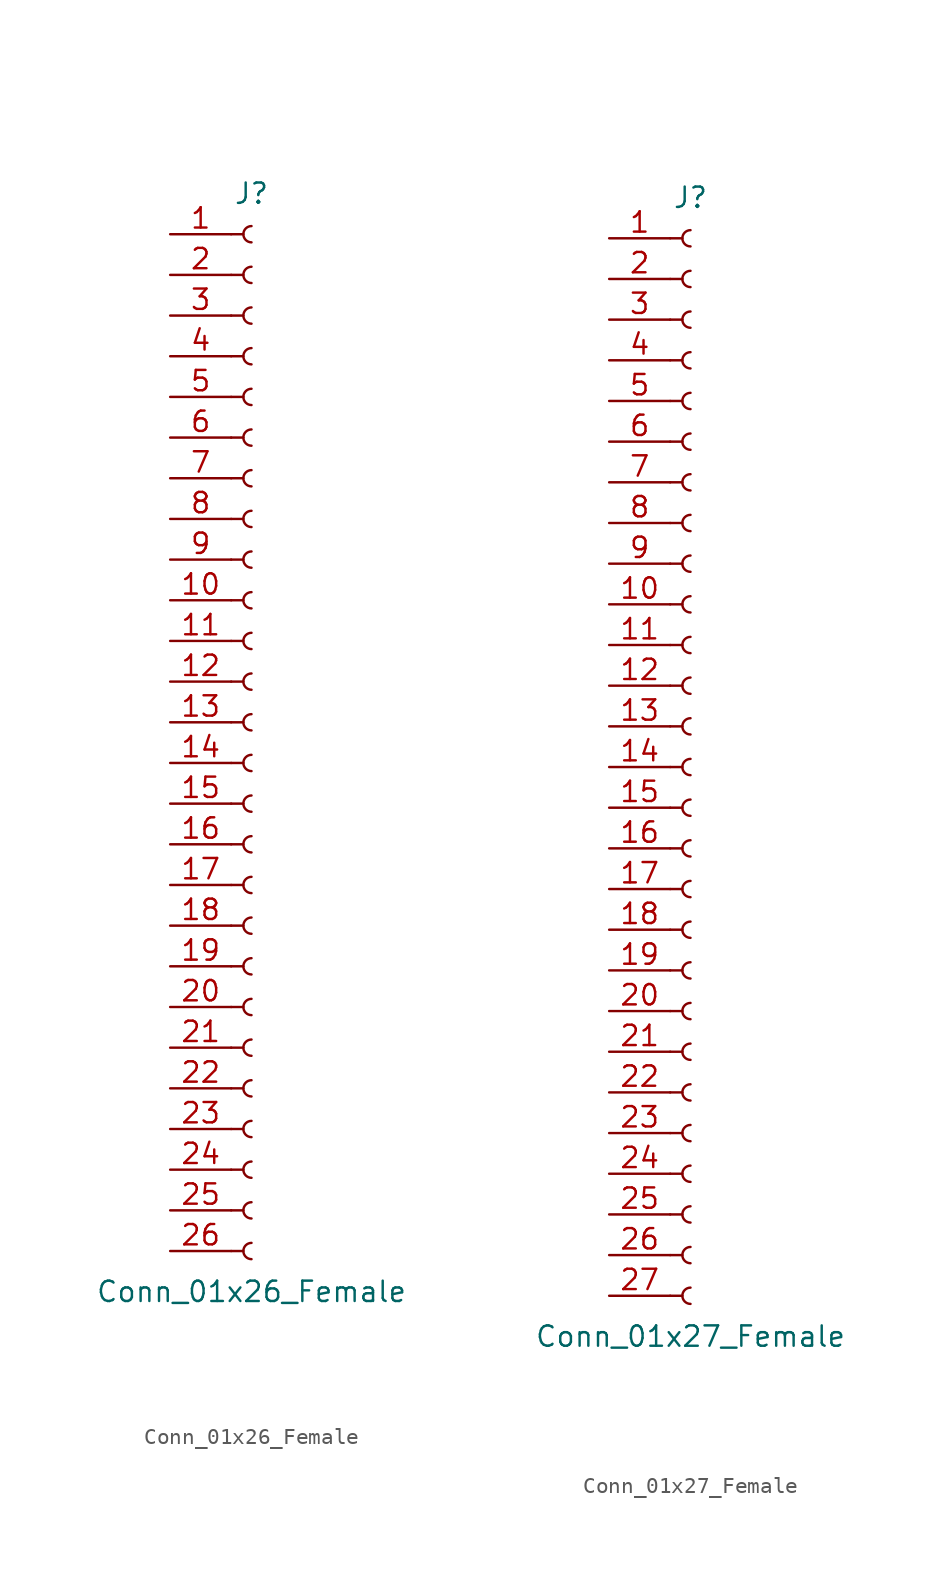
<source format=kicad_sym>
(kicad_symbol_lib
  (version 20201005)
  (generator kicad_symbol_editor)
  (symbol "Connector:Conn_01x26_Female"
    (pin_names
      (offset 1.016) hide)
    (property "Reference" "J"
      (at 0 33.02 0)
      (effects (font (size 1.27 1.27))))
    (property "Value" "Conn_01x26_Female"
      (at 0 -35.56 0)
      (effects (font (size 1.27 1.27))))
    (symbol "Conn_01x26_Female_1_1"
      (arc (start 0 -32.512) (end 0 -33.528) (radius (at 0 -33.02) (length 0.508) (angles 90.1 -90.1)) (stroke (width 0.1524)) (fill (type none)))
      (arc (start 0 -29.972) (end 0 -30.988) (radius (at 0 -30.48) (length 0.508) (angles 90.1 -90.1)) (stroke (width 0.1524)) (fill (type none)))
      (arc (start 0 -27.432) (end 0 -28.448) (radius (at 0 -27.94) (length 0.508) (angles 90.1 -90.1)) (stroke (width 0.1524)) (fill (type none)))
      (arc (start 0 -24.892) (end 0 -25.908) (radius (at 0 -25.4) (length 0.508) (angles 90.1 -90.1)) (stroke (width 0.1524)) (fill (type none)))
      (arc (start 0 -22.352) (end 0 -23.368) (radius (at 0 -22.86) (length 0.508) (angles 90.1 -90.1)) (stroke (width 0.1524)) (fill (type none)))
      (arc (start 0 -19.812) (end 0 -20.828) (radius (at 0 -20.32) (length 0.508) (angles 90.1 -90.1)) (stroke (width 0.1524)) (fill (type none)))
      (arc (start 0 -17.272) (end 0 -18.288) (radius (at 0 -17.78) (length 0.508) (angles 90.1 -90.1)) (stroke (width 0.1524)) (fill (type none)))
      (arc (start 0 -14.732) (end 0 -15.748) (radius (at 0 -15.24) (length 0.508) (angles 90.1 -90.1)) (stroke (width 0.1524)) (fill (type none)))
      (arc (start 0 -12.192) (end 0 -13.208) (radius (at 0 -12.7) (length 0.508) (angles 90.1 -90.1)) (stroke (width 0.1524)) (fill (type none)))
      (arc (start 0 -9.652) (end 0 -10.668) (radius (at 0 -10.16) (length 0.508) (angles 90.1 -90.1)) (stroke (width 0.1524)) (fill (type none)))
      (arc (start 0 -7.112) (end 0 -8.128) (radius (at 0 -7.62) (length 0.508) (angles 90.1 -90.1)) (stroke (width 0.1524)) (fill (type none)))
      (arc (start 0 -4.572) (end 0 -5.588) (radius (at 0 -5.08) (length 0.508) (angles 90.1 -90.1)) (stroke (width 0.1524)) (fill (type none)))
      (arc (start 0 -2.032) (end 0 -3.048) (radius (at 0 -2.54) (length 0.508) (angles 90.1 -90.1)) (stroke (width 0.1524)) (fill (type none)))
      (arc (start 0 0.508) (end 0 -0.508) (radius (at 0 0) (length 0.508) (angles 90.1 -90.1)) (stroke (width 0.1524)) (fill (type none)))
      (arc (start 0 3.048) (end 0 2.032) (radius (at 0 2.54) (length 0.508) (angles 90.1 -90.1)) (stroke (width 0.1524)) (fill (type none)))
      (arc (start 0 5.588) (end 0 4.572) (radius (at 0 5.08) (length 0.508) (angles 90.1 -90.1)) (stroke (width 0.1524)) (fill (type none)))
      (arc (start 0 8.128) (end 0 7.112) (radius (at 0 7.62) (length 0.508) (angles 90.1 -90.1)) (stroke (width 0.1524)) (fill (type none)))
      (arc (start 0 10.668) (end 0 9.652) (radius (at 0 10.16) (length 0.508) (angles 90.1 -90.1)) (stroke (width 0.1524)) (fill (type none)))
      (arc (start 0 13.208) (end 0 12.192) (radius (at 0 12.7) (length 0.508) (angles 90.1 -90.1)) (stroke (width 0.1524)) (fill (type none)))
      (arc (start 0 15.748) (end 0 14.732) (radius (at 0 15.24) (length 0.508) (angles 90.1 -90.1)) (stroke (width 0.1524)) (fill (type none)))
      (arc (start 0 18.288) (end 0 17.272) (radius (at 0 17.78) (length 0.508) (angles 90.1 -90.1)) (stroke (width 0.1524)) (fill (type none)))
      (arc (start 0 20.828) (end 0 19.812) (radius (at 0 20.32) (length 0.508) (angles 90.1 -90.1)) (stroke (width 0.1524)) (fill (type none)))
      (arc (start 0 23.368) (end 0 22.352) (radius (at 0 22.86) (length 0.508) (angles 90.1 -90.1)) (stroke (width 0.1524)) (fill (type none)))
      (arc (start 0 25.908) (end 0 24.892) (radius (at 0 25.4) (length 0.508) (angles 90.1 -90.1)) (stroke (width 0.1524)) (fill (type none)))
      (arc (start 0 28.448) (end 0 27.432) (radius (at 0 27.94) (length 0.508) (angles 90.1 -90.1)) (stroke (width 0.1524)) (fill (type none)))
      (arc (start 0 30.988) (end 0 29.972) (radius (at 0 30.48) (length 0.508) (angles 90.1 -90.1)) (stroke (width 0.1524)) (fill (type none)))
      (polyline (pts (xy -1.27 -33.02) (xy -0.508 -33.02)) (stroke (width 0.152)) (fill (type none)))
      (polyline (pts (xy -1.27 -30.48) (xy -0.508 -30.48)) (stroke (width 0.152)) (fill (type none)))
      (polyline (pts (xy -1.27 -27.94) (xy -0.508 -27.94)) (stroke (width 0.152)) (fill (type none)))
      (polyline (pts (xy -1.27 -25.4) (xy -0.508 -25.4)) (stroke (width 0.152)) (fill (type none)))
      (polyline (pts (xy -1.27 -22.86) (xy -0.508 -22.86)) (stroke (width 0.152)) (fill (type none)))
      (polyline (pts (xy -1.27 -20.32) (xy -0.508 -20.32)) (stroke (width 0.152)) (fill (type none)))
      (polyline (pts (xy -1.27 -17.78) (xy -0.508 -17.78)) (stroke (width 0.152)) (fill (type none)))
      (polyline (pts (xy -1.27 -15.24) (xy -0.508 -15.24)) (stroke (width 0.152)) (fill (type none)))
      (polyline (pts (xy -1.27 -12.7) (xy -0.508 -12.7)) (stroke (width 0.152)) (fill (type none)))
      (polyline (pts (xy -1.27 -10.16) (xy -0.508 -10.16)) (stroke (width 0.152)) (fill (type none)))
      (polyline (pts (xy -1.27 -7.62) (xy -0.508 -7.62)) (stroke (width 0.152)) (fill (type none)))
      (polyline (pts (xy -1.27 -5.08) (xy -0.508 -5.08)) (stroke (width 0.152)) (fill (type none)))
      (polyline (pts (xy -1.27 -2.54) (xy -0.508 -2.54)) (stroke (width 0.152)) (fill (type none)))
      (polyline (pts (xy -1.27 0) (xy -0.508 0)) (stroke (width 0.152)) (fill (type none)))
      (polyline (pts (xy -1.27 2.54) (xy -0.508 2.54)) (stroke (width 0.152)) (fill (type none)))
      (polyline (pts (xy -1.27 5.08) (xy -0.508 5.08)) (stroke (width 0.152)) (fill (type none)))
      (polyline (pts (xy -1.27 7.62) (xy -0.508 7.62)) (stroke (width 0.152)) (fill (type none)))
      (polyline (pts (xy -1.27 10.16) (xy -0.508 10.16)) (stroke (width 0.152)) (fill (type none)))
      (polyline (pts (xy -1.27 12.7) (xy -0.508 12.7)) (stroke (width 0.152)) (fill (type none)))
      (polyline (pts (xy -1.27 15.24) (xy -0.508 15.24)) (stroke (width 0.152)) (fill (type none)))
      (polyline (pts (xy -1.27 17.78) (xy -0.508 17.78)) (stroke (width 0.152)) (fill (type none)))
      (polyline (pts (xy -1.27 20.32) (xy -0.508 20.32)) (stroke (width 0.152)) (fill (type none)))
      (polyline (pts (xy -1.27 22.86) (xy -0.508 22.86)) (stroke (width 0.152)) (fill (type none)))
      (polyline (pts (xy -1.27 25.4) (xy -0.508 25.4)) (stroke (width 0.152)) (fill (type none)))
      (polyline (pts (xy -1.27 27.94) (xy -0.508 27.94)) (stroke (width 0.152)) (fill (type none)))
      (polyline (pts (xy -1.27 30.48) (xy -0.508 30.48)) (stroke (width 0.152)) (fill (type none)))
      (pin passive line (at -5.08 30.48 0) (length 3.81) (name "Pin_1" (effects (font (size 1.27 1.27)))) (number "1" (effects (font (size 1.27 1.27)))))
      (pin passive line (at -5.08 7.62 0) (length 3.81) (name "Pin_10" (effects (font (size 1.27 1.27)))) (number "10" (effects (font (size 1.27 1.27)))))
      (pin passive line (at -5.08 5.08 0) (length 3.81) (name "Pin_11" (effects (font (size 1.27 1.27)))) (number "11" (effects (font (size 1.27 1.27)))))
      (pin passive line (at -5.08 2.54 0) (length 3.81) (name "Pin_12" (effects (font (size 1.27 1.27)))) (number "12" (effects (font (size 1.27 1.27)))))
      (pin passive line (at -5.08 0 0) (length 3.81) (name "Pin_13" (effects (font (size 1.27 1.27)))) (number "13" (effects (font (size 1.27 1.27)))))
      (pin passive line (at -5.08 -2.54 0) (length 3.81) (name "Pin_14" (effects (font (size 1.27 1.27)))) (number "14" (effects (font (size 1.27 1.27)))))
      (pin passive line (at -5.08 -5.08 0) (length 3.81) (name "Pin_15" (effects (font (size 1.27 1.27)))) (number "15" (effects (font (size 1.27 1.27)))))
      (pin passive line (at -5.08 -7.62 0) (length 3.81) (name "Pin_16" (effects (font (size 1.27 1.27)))) (number "16" (effects (font (size 1.27 1.27)))))
      (pin passive line (at -5.08 -10.16 0) (length 3.81) (name "Pin_17" (effects (font (size 1.27 1.27)))) (number "17" (effects (font (size 1.27 1.27)))))
      (pin passive line (at -5.08 -12.7 0) (length 3.81) (name "Pin_18" (effects (font (size 1.27 1.27)))) (number "18" (effects (font (size 1.27 1.27)))))
      (pin passive line (at -5.08 -15.24 0) (length 3.81) (name "Pin_19" (effects (font (size 1.27 1.27)))) (number "19" (effects (font (size 1.27 1.27)))))
      (pin passive line (at -5.08 27.94 0) (length 3.81) (name "Pin_2" (effects (font (size 1.27 1.27)))) (number "2" (effects (font (size 1.27 1.27)))))
      (pin passive line (at -5.08 -17.78 0) (length 3.81) (name "Pin_20" (effects (font (size 1.27 1.27)))) (number "20" (effects (font (size 1.27 1.27)))))
      (pin passive line (at -5.08 -20.32 0) (length 3.81) (name "Pin_21" (effects (font (size 1.27 1.27)))) (number "21" (effects (font (size 1.27 1.27)))))
      (pin passive line (at -5.08 -22.86 0) (length 3.81) (name "Pin_22" (effects (font (size 1.27 1.27)))) (number "22" (effects (font (size 1.27 1.27)))))
      (pin passive line (at -5.08 -25.4 0) (length 3.81) (name "Pin_23" (effects (font (size 1.27 1.27)))) (number "23" (effects (font (size 1.27 1.27)))))
      (pin passive line (at -5.08 -27.94 0) (length 3.81) (name "Pin_24" (effects (font (size 1.27 1.27)))) (number "24" (effects (font (size 1.27 1.27)))))
      (pin passive line (at -5.08 -30.48 0) (length 3.81) (name "Pin_25" (effects (font (size 1.27 1.27)))) (number "25" (effects (font (size 1.27 1.27)))))
      (pin passive line (at -5.08 -33.02 0) (length 3.81) (name "Pin_26" (effects (font (size 1.27 1.27)))) (number "26" (effects (font (size 1.27 1.27)))))
      (pin passive line (at -5.08 25.4 0) (length 3.81) (name "Pin_3" (effects (font (size 1.27 1.27)))) (number "3" (effects (font (size 1.27 1.27)))))
      (pin passive line (at -5.08 22.86 0) (length 3.81) (name "Pin_4" (effects (font (size 1.27 1.27)))) (number "4" (effects (font (size 1.27 1.27)))))
      (pin passive line (at -5.08 20.32 0) (length 3.81) (name "Pin_5" (effects (font (size 1.27 1.27)))) (number "5" (effects (font (size 1.27 1.27)))))
      (pin passive line (at -5.08 17.78 0) (length 3.81) (name "Pin_6" (effects (font (size 1.27 1.27)))) (number "6" (effects (font (size 1.27 1.27)))))
      (pin passive line (at -5.08 15.24 0) (length 3.81) (name "Pin_7" (effects (font (size 1.27 1.27)))) (number "7" (effects (font (size 1.27 1.27)))))
      (pin passive line (at -5.08 12.7 0) (length 3.81) (name "Pin_8" (effects (font (size 1.27 1.27)))) (number "8" (effects (font (size 1.27 1.27)))))
      (pin passive line (at -5.08 10.16 0) (length 3.81) (name "Pin_9" (effects (font (size 1.27 1.27)))) (number "9" (effects (font (size 1.27 1.27)))))))
  (symbol "Connector:Conn_01x27_Female"
    (pin_names
      (offset 1.016) hide)
    (property "Reference" "J"
      (at 0 35.56 0)
      (effects (font (size 1.27 1.27))))
    (property "Value" "Conn_01x27_Female"
      (at 0 -35.56 0)
      (effects (font (size 1.27 1.27))))
    (symbol "Conn_01x27_Female_1_1"
      (arc (start 0 -32.512) (end 0 -33.528) (radius (at 0 -33.02) (length 0.508) (angles 90.1 -90.1)) (stroke (width 0.1524)) (fill (type none)))
      (arc (start 0 -29.972) (end 0 -30.988) (radius (at 0 -30.48) (length 0.508) (angles 90.1 -90.1)) (stroke (width 0.1524)) (fill (type none)))
      (arc (start 0 -27.432) (end 0 -28.448) (radius (at 0 -27.94) (length 0.508) (angles 90.1 -90.1)) (stroke (width 0.1524)) (fill (type none)))
      (arc (start 0 -24.892) (end 0 -25.908) (radius (at 0 -25.4) (length 0.508) (angles 90.1 -90.1)) (stroke (width 0.1524)) (fill (type none)))
      (arc (start 0 -22.352) (end 0 -23.368) (radius (at 0 -22.86) (length 0.508) (angles 90.1 -90.1)) (stroke (width 0.1524)) (fill (type none)))
      (arc (start 0 -19.812) (end 0 -20.828) (radius (at 0 -20.32) (length 0.508) (angles 90.1 -90.1)) (stroke (width 0.1524)) (fill (type none)))
      (arc (start 0 -17.272) (end 0 -18.288) (radius (at 0 -17.78) (length 0.508) (angles 90.1 -90.1)) (stroke (width 0.1524)) (fill (type none)))
      (arc (start 0 -14.732) (end 0 -15.748) (radius (at 0 -15.24) (length 0.508) (angles 90.1 -90.1)) (stroke (width 0.1524)) (fill (type none)))
      (arc (start 0 -12.192) (end 0 -13.208) (radius (at 0 -12.7) (length 0.508) (angles 90.1 -90.1)) (stroke (width 0.1524)) (fill (type none)))
      (arc (start 0 -9.652) (end 0 -10.668) (radius (at 0 -10.16) (length 0.508) (angles 90.1 -90.1)) (stroke (width 0.1524)) (fill (type none)))
      (arc (start 0 -7.112) (end 0 -8.128) (radius (at 0 -7.62) (length 0.508) (angles 90.1 -90.1)) (stroke (width 0.1524)) (fill (type none)))
      (arc (start 0 -4.572) (end 0 -5.588) (radius (at 0 -5.08) (length 0.508) (angles 90.1 -90.1)) (stroke (width 0.1524)) (fill (type none)))
      (arc (start 0 -2.032) (end 0 -3.048) (radius (at 0 -2.54) (length 0.508) (angles 90.1 -90.1)) (stroke (width 0.1524)) (fill (type none)))
      (arc (start 0 0.508) (end 0 -0.508) (radius (at 0 0) (length 0.508) (angles 90.1 -90.1)) (stroke (width 0.1524)) (fill (type none)))
      (arc (start 0 3.048) (end 0 2.032) (radius (at 0 2.54) (length 0.508) (angles 90.1 -90.1)) (stroke (width 0.1524)) (fill (type none)))
      (arc (start 0 5.588) (end 0 4.572) (radius (at 0 5.08) (length 0.508) (angles 90.1 -90.1)) (stroke (width 0.1524)) (fill (type none)))
      (arc (start 0 8.128) (end 0 7.112) (radius (at 0 7.62) (length 0.508) (angles 90.1 -90.1)) (stroke (width 0.1524)) (fill (type none)))
      (arc (start 0 10.668) (end 0 9.652) (radius (at 0 10.16) (length 0.508) (angles 90.1 -90.1)) (stroke (width 0.1524)) (fill (type none)))
      (arc (start 0 13.208) (end 0 12.192) (radius (at 0 12.7) (length 0.508) (angles 90.1 -90.1)) (stroke (width 0.1524)) (fill (type none)))
      (arc (start 0 15.748) (end 0 14.732) (radius (at 0 15.24) (length 0.508) (angles 90.1 -90.1)) (stroke (width 0.1524)) (fill (type none)))
      (arc (start 0 18.288) (end 0 17.272) (radius (at 0 17.78) (length 0.508) (angles 90.1 -90.1)) (stroke (width 0.1524)) (fill (type none)))
      (arc (start 0 20.828) (end 0 19.812) (radius (at 0 20.32) (length 0.508) (angles 90.1 -90.1)) (stroke (width 0.1524)) (fill (type none)))
      (arc (start 0 23.368) (end 0 22.352) (radius (at 0 22.86) (length 0.508) (angles 90.1 -90.1)) (stroke (width 0.1524)) (fill (type none)))
      (arc (start 0 25.908) (end 0 24.892) (radius (at 0 25.4) (length 0.508) (angles 90.1 -90.1)) (stroke (width 0.1524)) (fill (type none)))
      (arc (start 0 28.448) (end 0 27.432) (radius (at 0 27.94) (length 0.508) (angles 90.1 -90.1)) (stroke (width 0.1524)) (fill (type none)))
      (arc (start 0 30.988) (end 0 29.972) (radius (at 0 30.48) (length 0.508) (angles 90.1 -90.1)) (stroke (width 0.1524)) (fill (type none)))
      (arc (start 0 33.528) (end 0 32.512) (radius (at 0 33.02) (length 0.508) (angles 90.1 -90.1)) (stroke (width 0.1524)) (fill (type none)))
      (polyline (pts (xy -1.27 -33.02) (xy -0.508 -33.02)) (stroke (width 0.152)) (fill (type none)))
      (polyline (pts (xy -1.27 -30.48) (xy -0.508 -30.48)) (stroke (width 0.152)) (fill (type none)))
      (polyline (pts (xy -1.27 -27.94) (xy -0.508 -27.94)) (stroke (width 0.152)) (fill (type none)))
      (polyline (pts (xy -1.27 -25.4) (xy -0.508 -25.4)) (stroke (width 0.152)) (fill (type none)))
      (polyline (pts (xy -1.27 -22.86) (xy -0.508 -22.86)) (stroke (width 0.152)) (fill (type none)))
      (polyline (pts (xy -1.27 -20.32) (xy -0.508 -20.32)) (stroke (width 0.152)) (fill (type none)))
      (polyline (pts (xy -1.27 -17.78) (xy -0.508 -17.78)) (stroke (width 0.152)) (fill (type none)))
      (polyline (pts (xy -1.27 -15.24) (xy -0.508 -15.24)) (stroke (width 0.152)) (fill (type none)))
      (polyline (pts (xy -1.27 -12.7) (xy -0.508 -12.7)) (stroke (width 0.152)) (fill (type none)))
      (polyline (pts (xy -1.27 -10.16) (xy -0.508 -10.16)) (stroke (width 0.152)) (fill (type none)))
      (polyline (pts (xy -1.27 -7.62) (xy -0.508 -7.62)) (stroke (width 0.152)) (fill (type none)))
      (polyline (pts (xy -1.27 -5.08) (xy -0.508 -5.08)) (stroke (width 0.152)) (fill (type none)))
      (polyline (pts (xy -1.27 -2.54) (xy -0.508 -2.54)) (stroke (width 0.152)) (fill (type none)))
      (polyline (pts (xy -1.27 0) (xy -0.508 0)) (stroke (width 0.152)) (fill (type none)))
      (polyline (pts (xy -1.27 2.54) (xy -0.508 2.54)) (stroke (width 0.152)) (fill (type none)))
      (polyline (pts (xy -1.27 5.08) (xy -0.508 5.08)) (stroke (width 0.152)) (fill (type none)))
      (polyline (pts (xy -1.27 7.62) (xy -0.508 7.62)) (stroke (width 0.152)) (fill (type none)))
      (polyline (pts (xy -1.27 10.16) (xy -0.508 10.16)) (stroke (width 0.152)) (fill (type none)))
      (polyline (pts (xy -1.27 12.7) (xy -0.508 12.7)) (stroke (width 0.152)) (fill (type none)))
      (polyline (pts (xy -1.27 15.24) (xy -0.508 15.24)) (stroke (width 0.152)) (fill (type none)))
      (polyline (pts (xy -1.27 17.78) (xy -0.508 17.78)) (stroke (width 0.152)) (fill (type none)))
      (polyline (pts (xy -1.27 20.32) (xy -0.508 20.32)) (stroke (width 0.152)) (fill (type none)))
      (polyline (pts (xy -1.27 22.86) (xy -0.508 22.86)) (stroke (width 0.152)) (fill (type none)))
      (polyline (pts (xy -1.27 25.4) (xy -0.508 25.4)) (stroke (width 0.152)) (fill (type none)))
      (polyline (pts (xy -1.27 27.94) (xy -0.508 27.94)) (stroke (width 0.152)) (fill (type none)))
      (polyline (pts (xy -1.27 30.48) (xy -0.508 30.48)) (stroke (width 0.152)) (fill (type none)))
      (polyline (pts (xy -1.27 33.02) (xy -0.508 33.02)) (stroke (width 0.152)) (fill (type none)))
      (pin passive line (at -5.08 33.02 0) (length 3.81) (name "Pin_1" (effects (font (size 1.27 1.27)))) (number "1" (effects (font (size 1.27 1.27)))))
      (pin passive line (at -5.08 10.16 0) (length 3.81) (name "Pin_10" (effects (font (size 1.27 1.27)))) (number "10" (effects (font (size 1.27 1.27)))))
      (pin passive line (at -5.08 7.62 0) (length 3.81) (name "Pin_11" (effects (font (size 1.27 1.27)))) (number "11" (effects (font (size 1.27 1.27)))))
      (pin passive line (at -5.08 5.08 0) (length 3.81) (name "Pin_12" (effects (font (size 1.27 1.27)))) (number "12" (effects (font (size 1.27 1.27)))))
      (pin passive line (at -5.08 2.54 0) (length 3.81) (name "Pin_13" (effects (font (size 1.27 1.27)))) (number "13" (effects (font (size 1.27 1.27)))))
      (pin passive line (at -5.08 0 0) (length 3.81) (name "Pin_14" (effects (font (size 1.27 1.27)))) (number "14" (effects (font (size 1.27 1.27)))))
      (pin passive line (at -5.08 -2.54 0) (length 3.81) (name "Pin_15" (effects (font (size 1.27 1.27)))) (number "15" (effects (font (size 1.27 1.27)))))
      (pin passive line (at -5.08 -5.08 0) (length 3.81) (name "Pin_16" (effects (font (size 1.27 1.27)))) (number "16" (effects (font (size 1.27 1.27)))))
      (pin passive line (at -5.08 -7.62 0) (length 3.81) (name "Pin_17" (effects (font (size 1.27 1.27)))) (number "17" (effects (font (size 1.27 1.27)))))
      (pin passive line (at -5.08 -10.16 0) (length 3.81) (name "Pin_18" (effects (font (size 1.27 1.27)))) (number "18" (effects (font (size 1.27 1.27)))))
      (pin passive line (at -5.08 -12.7 0) (length 3.81) (name "Pin_19" (effects (font (size 1.27 1.27)))) (number "19" (effects (font (size 1.27 1.27)))))
      (pin passive line (at -5.08 30.48 0) (length 3.81) (name "Pin_2" (effects (font (size 1.27 1.27)))) (number "2" (effects (font (size 1.27 1.27)))))
      (pin passive line (at -5.08 -15.24 0) (length 3.81) (name "Pin_20" (effects (font (size 1.27 1.27)))) (number "20" (effects (font (size 1.27 1.27)))))
      (pin passive line (at -5.08 -17.78 0) (length 3.81) (name "Pin_21" (effects (font (size 1.27 1.27)))) (number "21" (effects (font (size 1.27 1.27)))))
      (pin passive line (at -5.08 -20.32 0) (length 3.81) (name "Pin_22" (effects (font (size 1.27 1.27)))) (number "22" (effects (font (size 1.27 1.27)))))
      (pin passive line (at -5.08 -22.86 0) (length 3.81) (name "Pin_23" (effects (font (size 1.27 1.27)))) (number "23" (effects (font (size 1.27 1.27)))))
      (pin passive line (at -5.08 -25.4 0) (length 3.81) (name "Pin_24" (effects (font (size 1.27 1.27)))) (number "24" (effects (font (size 1.27 1.27)))))
      (pin passive line (at -5.08 -27.94 0) (length 3.81) (name "Pin_25" (effects (font (size 1.27 1.27)))) (number "25" (effects (font (size 1.27 1.27)))))
      (pin passive line (at -5.08 -30.48 0) (length 3.81) (name "Pin_26" (effects (font (size 1.27 1.27)))) (number "26" (effects (font (size 1.27 1.27)))))
      (pin passive line (at -5.08 -33.02 0) (length 3.81) (name "Pin_27" (effects (font (size 1.27 1.27)))) (number "27" (effects (font (size 1.27 1.27)))))
      (pin passive line (at -5.08 27.94 0) (length 3.81) (name "Pin_3" (effects (font (size 1.27 1.27)))) (number "3" (effects (font (size 1.27 1.27)))))
      (pin passive line (at -5.08 25.4 0) (length 3.81) (name "Pin_4" (effects (font (size 1.27 1.27)))) (number "4" (effects (font (size 1.27 1.27)))))
      (pin passive line (at -5.08 22.86 0) (length 3.81) (name "Pin_5" (effects (font (size 1.27 1.27)))) (number "5" (effects (font (size 1.27 1.27)))))
      (pin passive line (at -5.08 20.32 0) (length 3.81) (name "Pin_6" (effects (font (size 1.27 1.27)))) (number "6" (effects (font (size 1.27 1.27)))))
      (pin passive line (at -5.08 17.78 0) (length 3.81) (name "Pin_7" (effects (font (size 1.27 1.27)))) (number "7" (effects (font (size 1.27 1.27)))))
      (pin passive line (at -5.08 15.24 0) (length 3.81) (name "Pin_8" (effects (font (size 1.27 1.27)))) (number "8" (effects (font (size 1.27 1.27)))))
      (pin passive line (at -5.08 12.7 0) (length 3.81) (name "Pin_9" (effects (font (size 1.27 1.27)))) (number "9" (effects (font (size 1.27 1.27))))))))
</source>
